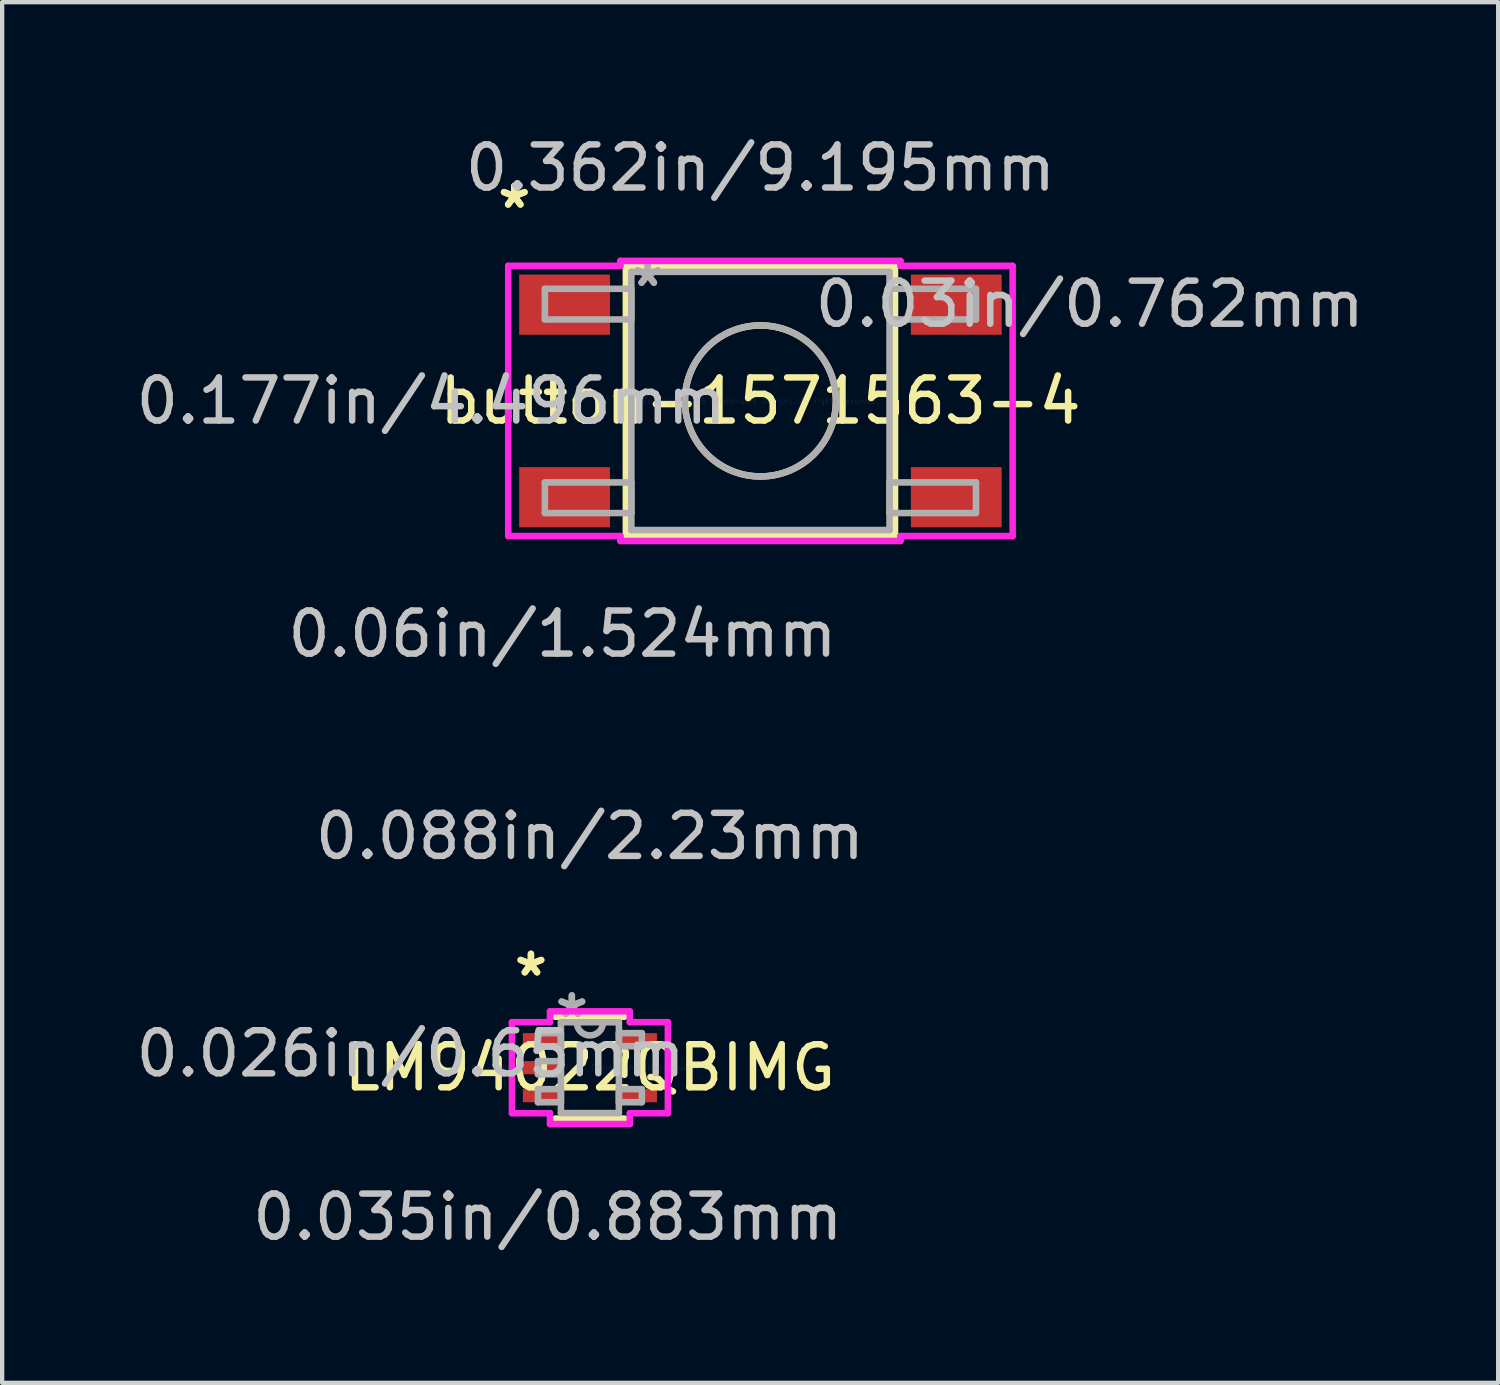
<source format=kicad_pcb>
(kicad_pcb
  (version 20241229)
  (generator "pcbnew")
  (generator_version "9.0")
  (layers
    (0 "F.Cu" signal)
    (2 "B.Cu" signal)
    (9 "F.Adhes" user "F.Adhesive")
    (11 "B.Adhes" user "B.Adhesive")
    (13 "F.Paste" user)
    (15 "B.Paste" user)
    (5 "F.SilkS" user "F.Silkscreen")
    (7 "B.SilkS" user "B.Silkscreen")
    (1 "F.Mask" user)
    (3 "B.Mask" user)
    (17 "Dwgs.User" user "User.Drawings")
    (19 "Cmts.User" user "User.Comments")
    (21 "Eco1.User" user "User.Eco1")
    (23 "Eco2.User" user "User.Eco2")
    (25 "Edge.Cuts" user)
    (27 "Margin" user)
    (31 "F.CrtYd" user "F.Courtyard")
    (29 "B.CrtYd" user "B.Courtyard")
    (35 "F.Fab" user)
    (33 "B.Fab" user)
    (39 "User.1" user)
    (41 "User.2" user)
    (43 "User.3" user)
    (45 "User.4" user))
  (footprint "button-1571563-4"
    (layer "F.Cu")
    (at 14.604 6.258)
    (property "Reference" "button-1571563-4" (at 0 0 0) (layer "F.SilkS") (effects (font (size 1 1) (thickness 0.15))))
    (attr through_hole)
    (fp_line (start -3.124 -3.124) (end -3.124 3.124) (stroke (width 0.152) (type solid)) (layer "F.SilkS"))
    (fp_line (start -3.124 3.124) (end 3.124 3.124) (stroke (width 0.152) (type solid)) (layer "F.SilkS"))
    (fp_line (start 3.124 -3.124) (end -3.124 -3.124) (stroke (width 0.152) (type solid)) (layer "F.SilkS"))
    (fp_line (start 3.124 3.124) (end 3.124 -3.124) (stroke (width 0.152) (type solid)) (layer "F.SilkS"))
    (fp_circle (center 0 0) (end 1.753 0) (stroke (width 0.152) (type solid)) (fill no) (layer "F.SilkS"))
    (fp_line (start -5.855 -3.137) (end -3.251 -3.137) (stroke (width 0.152) (type solid)) (layer "F.CrtYd"))
    (fp_line (start -5.855 3.137) (end -5.855 -3.137) (stroke (width 0.152) (type solid)) (layer "F.CrtYd"))
    (fp_line (start -3.251 -3.251) (end 3.251 -3.251) (stroke (width 0.152) (type solid)) (layer "F.CrtYd"))
    (fp_line (start -3.251 -3.137) (end -3.251 -3.251) (stroke (width 0.152) (type solid)) (layer "F.CrtYd"))
    (fp_line (start -3.251 3.137) (end -5.855 3.137) (stroke (width 0.152) (type solid)) (layer "F.CrtYd"))
    (fp_line (start -3.251 3.251) (end -3.251 3.137) (stroke (width 0.152) (type solid)) (layer "F.CrtYd"))
    (fp_line (start 3.251 -3.251) (end 3.251 -3.137) (stroke (width 0.152) (type solid)) (layer "F.CrtYd"))
    (fp_line (start 3.251 -3.137) (end 5.855 -3.137) (stroke (width 0.152) (type solid)) (layer "F.CrtYd"))
    (fp_line (start 3.251 3.137) (end 3.251 3.251) (stroke (width 0.152) (type solid)) (layer "F.CrtYd"))
    (fp_line (start 3.251 3.251) (end -3.251 3.251) (stroke (width 0.152) (type solid)) (layer "F.CrtYd"))
    (fp_line (start 5.855 -3.137) (end 5.855 3.137) (stroke (width 0.152) (type solid)) (layer "F.CrtYd"))
    (fp_line (start 5.855 3.137) (end 3.251 3.137) (stroke (width 0.152) (type solid)) (layer "F.CrtYd"))
    (fp_line (start -5.004 -2.603) (end -5.004 -1.892) (stroke (width 0.152) (type solid)) (layer "F.Fab"))
    (fp_line (start -5.004 -1.892) (end -2.997 -1.892) (stroke (width 0.152) (type solid)) (layer "F.Fab"))
    (fp_line (start -5.004 1.892) (end -5.004 2.603) (stroke (width 0.152) (type solid)) (layer "F.Fab"))
    (fp_line (start -5.004 2.603) (end -2.997 2.603) (stroke (width 0.152) (type solid)) (layer "F.Fab"))
    (fp_line (start -2.997 -2.997) (end -2.997 2.997) (stroke (width 0.152) (type solid)) (layer "F.Fab"))
    (fp_line (start -2.997 -2.603) (end -5.004 -2.603) (stroke (width 0.152) (type solid)) (layer "F.Fab"))
    (fp_line (start -2.997 -1.892) (end -2.997 -2.603) (stroke (width 0.152) (type solid)) (layer "F.Fab"))
    (fp_line (start -2.997 1.892) (end -5.004 1.892) (stroke (width 0.152) (type solid)) (layer "F.Fab"))
    (fp_line (start -2.997 2.603) (end -2.997 1.892) (stroke (width 0.152) (type solid)) (layer "F.Fab"))
    (fp_line (start -2.997 2.997) (end 2.997 2.997) (stroke (width 0.152) (type solid)) (layer "F.Fab"))
    (fp_line (start 2.997 -2.997) (end -2.997 -2.997) (stroke (width 0.152) (type solid)) (layer "F.Fab"))
    (fp_line (start 2.997 -2.603) (end 2.997 -1.892) (stroke (width 0.152) (type solid)) (layer "F.Fab"))
    (fp_line (start 2.997 -1.892) (end 5.004 -1.892) (stroke (width 0.152) (type solid)) (layer "F.Fab"))
    (fp_line (start 2.997 1.892) (end 2.997 2.603) (stroke (width 0.152) (type solid)) (layer "F.Fab"))
    (fp_line (start 2.997 2.603) (end 5.004 2.603) (stroke (width 0.152) (type solid)) (layer "F.Fab"))
    (fp_line (start 2.997 2.997) (end 2.997 -2.997) (stroke (width 0.152) (type solid)) (layer "F.Fab"))
    (fp_line (start 5.004 -2.603) (end 2.997 -2.603) (stroke (width 0.152) (type solid)) (layer "F.Fab"))
    (fp_line (start 5.004 -1.892) (end 5.004 -2.603) (stroke (width 0.152) (type solid)) (layer "F.Fab"))
    (fp_line (start 5.004 1.892) (end 2.997 1.892) (stroke (width 0.152) (type solid)) (layer "F.Fab"))
    (fp_line (start 5.004 2.603) (end 5.004 1.892) (stroke (width 0.152) (type solid)) (layer "F.Fab"))
    (fp_circle (center 0 0) (end 1.753 0) (stroke (width 0.152) (type solid)) (fill no) (layer "F.Fab"))
    (fp_text user "*" (at -5.715 -4.445 0) (layer "F.SilkS") (effects (font (size 1 1) (thickness 0.15))))
    (fp_text user "*" (at -5.715 -4.445 0) (layer "F.SilkS") (effects (font (size 1 1) (thickness 0.15))))
    (fp_text user "0.177in/4.496mm" (at -7.645 0 0) (layer "Dwgs.User") (effects (font (size 1 1) (thickness 0.15))))
    (fp_text user "0.362in/9.195mm" (at 0 -5.41 0) (layer "Dwgs.User") (effects (font (size 1 1) (thickness 0.15))))
    (fp_text user "0.03in/0.762mm" (at 7.645 -2.248 0) (layer "Dwgs.User") (effects (font (size 1 1) (thickness 0.15))))
    (fp_text user "0.06in/1.524mm" (at -4.597 5.41 0) (layer "Dwgs.User") (effects (font (size 1 1) (thickness 0.15))))
    (fp_text user "Copyright 2016 Accelerated Designs. All rights reserved." (at 0 0 0) (layer "Cmts.User") (effects (font (size 0.127 0.127) (thickness 0.002))))
    (fp_text user "*" (at -2.616 -2.629 0) (layer "F.Fab") (effects (font (size 1 1) (thickness 0.15))))
    (fp_text user "*" (at -2.616 -2.629 0) (layer "F.Fab") (effects (font (size 1 1) (thickness 0.15))))
    (pad "1" smd rect (at -4.547 -2.235) (size 2.108 1.397) (layers "F.Cu" "F.Mask" "F.Paste"))
    (pad "2" smd rect (at 4.547 -2.235) (size 2.108 1.397) (layers "F.Cu" "F.Mask" "F.Paste"))
    (pad "3" smd rect (at -4.547 2.235) (size 2.108 1.397) (layers "F.Cu" "F.Mask" "F.Paste"))
    (pad "4" smd rect (at 4.547 2.235) (size 2.108 1.397) (layers "F.Cu" "F.Mask" "F.Paste")))
  (footprint "LM94022QBIMG"
    (layer "F.Cu")
    (at 10.645 21.737)
    (property "Reference" "LM94022QBIMG" (at 0 0 0) (layer "F.SilkS") (effects (font (size 1 1) (thickness 0.15))))
    (attr through_hole)
    (fp_line (start -0.8 1.181) (end 0.8 1.181) (stroke (width 0.152) (type solid)) (layer "F.SilkS"))
    (fp_line (start 0.8 -1.181) (end -0.8 -1.181) (stroke (width 0.152) (type solid)) (layer "F.SilkS"))
    (fp_line (start 0.8 0.165) (end 0.8 -0.165) (stroke (width 0.152) (type solid)) (layer "F.SilkS"))
    (fp_line (start -1.81 -1.056) (end -0.927 -1.056) (stroke (width 0.152) (type solid)) (layer "F.CrtYd"))
    (fp_line (start -1.81 1.056) (end -1.81 -1.056) (stroke (width 0.152) (type solid)) (layer "F.CrtYd"))
    (fp_line (start -0.927 -1.308) (end 0.927 -1.308) (stroke (width 0.152) (type solid)) (layer "F.CrtYd"))
    (fp_line (start -0.927 -1.056) (end -0.927 -1.308) (stroke (width 0.152) (type solid)) (layer "F.CrtYd"))
    (fp_line (start -0.927 1.056) (end -1.81 1.056) (stroke (width 0.152) (type solid)) (layer "F.CrtYd"))
    (fp_line (start -0.927 1.308) (end -0.927 1.056) (stroke (width 0.152) (type solid)) (layer "F.CrtYd"))
    (fp_line (start 0.927 -1.308) (end 0.927 -1.056) (stroke (width 0.152) (type solid)) (layer "F.CrtYd"))
    (fp_line (start 0.927 -1.056) (end 1.81 -1.056) (stroke (width 0.152) (type solid)) (layer "F.CrtYd"))
    (fp_line (start 0.927 1.056) (end 0.927 1.308) (stroke (width 0.152) (type solid)) (layer "F.CrtYd"))
    (fp_line (start 0.927 1.308) (end -0.927 1.308) (stroke (width 0.152) (type solid)) (layer "F.CrtYd"))
    (fp_line (start 1.81 -1.056) (end 1.81 1.056) (stroke (width 0.152) (type solid)) (layer "F.CrtYd"))
    (fp_line (start 1.81 1.056) (end 0.927 1.056) (stroke (width 0.152) (type solid)) (layer "F.CrtYd"))
    (fp_line (start -1.206 -0.802) (end -1.206 -0.498) (stroke (width 0.152) (type solid)) (layer "F.Fab"))
    (fp_line (start -1.206 -0.498) (end -0.673 -0.498) (stroke (width 0.152) (type solid)) (layer "F.Fab"))
    (fp_line (start -1.206 -0.152) (end -1.206 0.152) (stroke (width 0.152) (type solid)) (layer "F.Fab"))
    (fp_line (start -1.206 0.152) (end -0.673 0.152) (stroke (width 0.152) (type solid)) (layer "F.Fab"))
    (fp_line (start -1.206 0.498) (end -1.206 0.802) (stroke (width 0.152) (type solid)) (layer "F.Fab"))
    (fp_line (start -1.206 0.802) (end -0.673 0.802) (stroke (width 0.152) (type solid)) (layer "F.Fab"))
    (fp_line (start -0.673 -1.054) (end -0.673 1.054) (stroke (width 0.152) (type solid)) (layer "F.Fab"))
    (fp_line (start -0.673 -0.802) (end -1.206 -0.802) (stroke (width 0.152) (type solid)) (layer "F.Fab"))
    (fp_line (start -0.673 -0.498) (end -0.673 -0.802) (stroke (width 0.152) (type solid)) (layer "F.Fab"))
    (fp_line (start -0.673 -0.152) (end -1.206 -0.152) (stroke (width 0.152) (type solid)) (layer "F.Fab"))
    (fp_line (start -0.673 0.152) (end -0.673 -0.152) (stroke (width 0.152) (type solid)) (layer "F.Fab"))
    (fp_line (start -0.673 0.498) (end -1.206 0.498) (stroke (width 0.152) (type solid)) (layer "F.Fab"))
    (fp_line (start -0.673 0.802) (end -0.673 0.498) (stroke (width 0.152) (type solid)) (layer "F.Fab"))
    (fp_line (start -0.673 1.054) (end 0.673 1.054) (stroke (width 0.152) (type solid)) (layer "F.Fab"))
    (fp_line (start 0.673 -1.054) (end -0.673 -1.054) (stroke (width 0.152) (type solid)) (layer "F.Fab"))
    (fp_line (start 0.673 -0.802) (end 0.673 -0.498) (stroke (width 0.152) (type solid)) (layer "F.Fab"))
    (fp_line (start 0.673 -0.498) (end 1.206 -0.498) (stroke (width 0.152) (type solid)) (layer "F.Fab"))
    (fp_line (start 0.673 0.498) (end 0.673 0.802) (stroke (width 0.152) (type solid)) (layer "F.Fab"))
    (fp_line (start 0.673 0.802) (end 1.206 0.802) (stroke (width 0.152) (type solid)) (layer "F.Fab"))
    (fp_line (start 0.673 1.054) (end 0.673 -1.054) (stroke (width 0.152) (type solid)) (layer "F.Fab"))
    (fp_line (start 1.206 -0.802) (end 0.673 -0.802) (stroke (width 0.152) (type solid)) (layer "F.Fab"))
    (fp_line (start 1.206 -0.498) (end 1.206 -0.802) (stroke (width 0.152) (type solid)) (layer "F.Fab"))
    (fp_line (start 1.206 0.498) (end 0.673 0.498) (stroke (width 0.152) (type solid)) (layer "F.Fab"))
    (fp_line (start 1.206 0.802) (end 1.206 0.498) (stroke (width 0.152) (type solid)) (layer "F.Fab"))
    (fp_arc (start 0.3048 -1.0541) (mid 0 -0.7493) (end -0.3048 -1.0541) (stroke (width 0.1524) (type solid)) (layer "F.Fab"))
    (fp_text user "*" (at -1.369 -2.098 0) (layer "F.SilkS") (effects (font (size 1 1) (thickness 0.15))))
    (fp_text user "*" (at -1.369 -2.098 0) (layer "F.SilkS") (effects (font (size 1 1) (thickness 0.15))))
    (fp_text user "0.035in/0.883mm" (at -0.978 3.467 0) (layer "Dwgs.User") (effects (font (size 1 1) (thickness 0.15))))
    (fp_text user "0.026in/0.65mm" (at -4.163 -0.325 0) (layer "Dwgs.User") (effects (font (size 1 1) (thickness 0.15))))
    (fp_text user "0.088in/2.23mm" (at 0 -5.372 0) (layer "Dwgs.User") (effects (font (size 1 1) (thickness 0.15))))
    (fp_text user "Copyright 2016 Accelerated Designs. All rights reserved." (at 0 0 0) (layer "Cmts.User") (effects (font (size 0.127 0.127) (thickness 0.002))))
    (fp_text user "*" (at -0.419 -1.133 0) (layer "F.Fab") (effects (font (size 1 1) (thickness 0.15))))
    (fp_text user "*" (at -0.419 -1.133 0) (layer "F.Fab") (effects (font (size 1 1) (thickness 0.15))))
    (pad "1" smd rect (at -1.115 -0.65) (size 0.883 0.305) (layers "F.Cu" "F.Mask" "F.Paste"))
    (pad "2" smd rect (at -1.115 0) (size 0.883 0.305) (layers "F.Cu" "F.Mask" "F.Paste"))
    (pad "3" smd rect (at -1.115 0.65) (size 0.883 0.305) (layers "F.Cu" "F.Mask" "F.Paste"))
    (pad "4" smd rect (at 1.115 0.65) (size 0.883 0.305) (layers "F.Cu" "F.Mask" "F.Paste"))
    (pad "5" smd rect (at 1.115 -0.65) (size 0.883 0.305) (layers "F.Cu" "F.Mask" "F.Paste")))
  (gr_rect
    (start -3 -3)
    (end 31.731 29.053)
    (stroke (width 0.1) (type default))
    (fill no)
    (layer "Edge.Cuts")))
</source>
